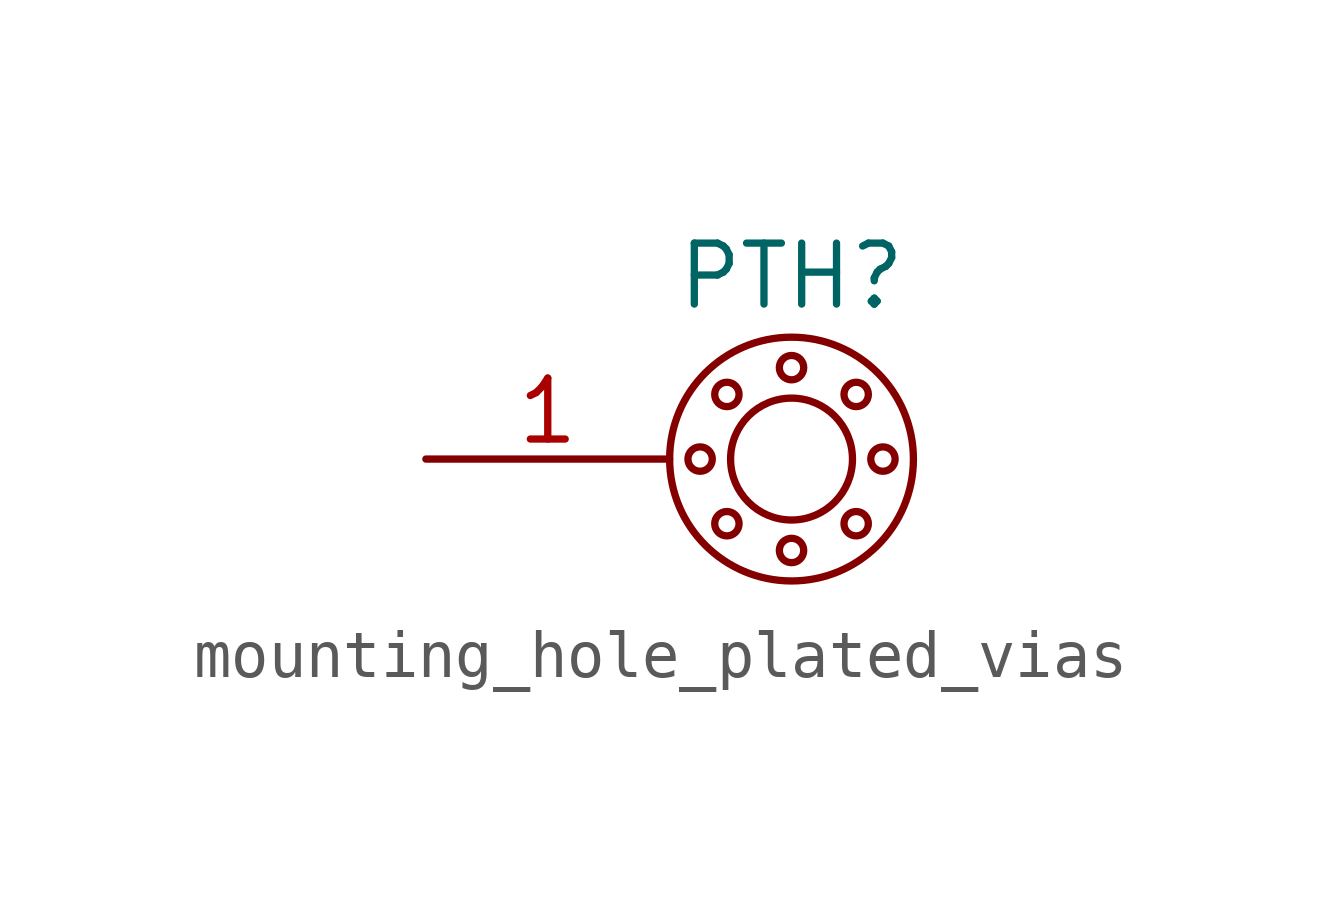
<source format=kicad_sym>
(kicad_symbol_lib
  (version 20231120)
  (generator "kicad_symbol_editor")
  (generator_version "8.0")
  (symbol "mounting_hole_plated_vias"
    (pin_names hide)
    (property "Reference" "PTH"
      (at 0 3.81 0)
      (effects (font (size 1.27 1.27))))
    (property "Value" ""
      (at 0 0 0)
      (effects (font (size 1.27 1.27))))
    (symbol "mounting_hole_plated_vias_0_1"
      (circle (center -1.905 0) (radius 0.254) (stroke (width 0) (type default)) (fill (type none)))
      (circle (center -1.347 -1.347) (radius 0.254) (stroke (width 0) (type default)) (fill (type none)))
      (circle (center -1.347 1.347) (radius 0.254) (stroke (width 0) (type default)) (fill (type none)))
      (circle (center 0 -1.905) (radius 0.254) (stroke (width 0) (type default)) (fill (type none)))
      (circle (center 0 0) (radius 1.27) (stroke (width 0) (type default)) (fill (type none)))
      (circle (center 0 0) (radius 2.54) (stroke (width 0) (type default)) (fill (type none)))
      (circle (center 0 1.905) (radius 0.254) (stroke (width 0) (type default)) (fill (type none)))
      (circle (center 1.347 -1.347) (radius 0.254) (stroke (width 0) (type default)) (fill (type none)))
      (circle (center 1.347 1.347) (radius 0.254) (stroke (width 0) (type default)) (fill (type none)))
      (circle (center 1.905 0) (radius 0.254) (stroke (width 0) (type default)) (fill (type none))))
    (symbol "mounting_hole_plated_vias_1_1"
      (pin passive line (at -7.62 0 0) (length 5.08) (name "1" (effects (font (size 1.27 1.27)))) (number "1" (effects (font (size 1.27 1.27))))))))
</source>
